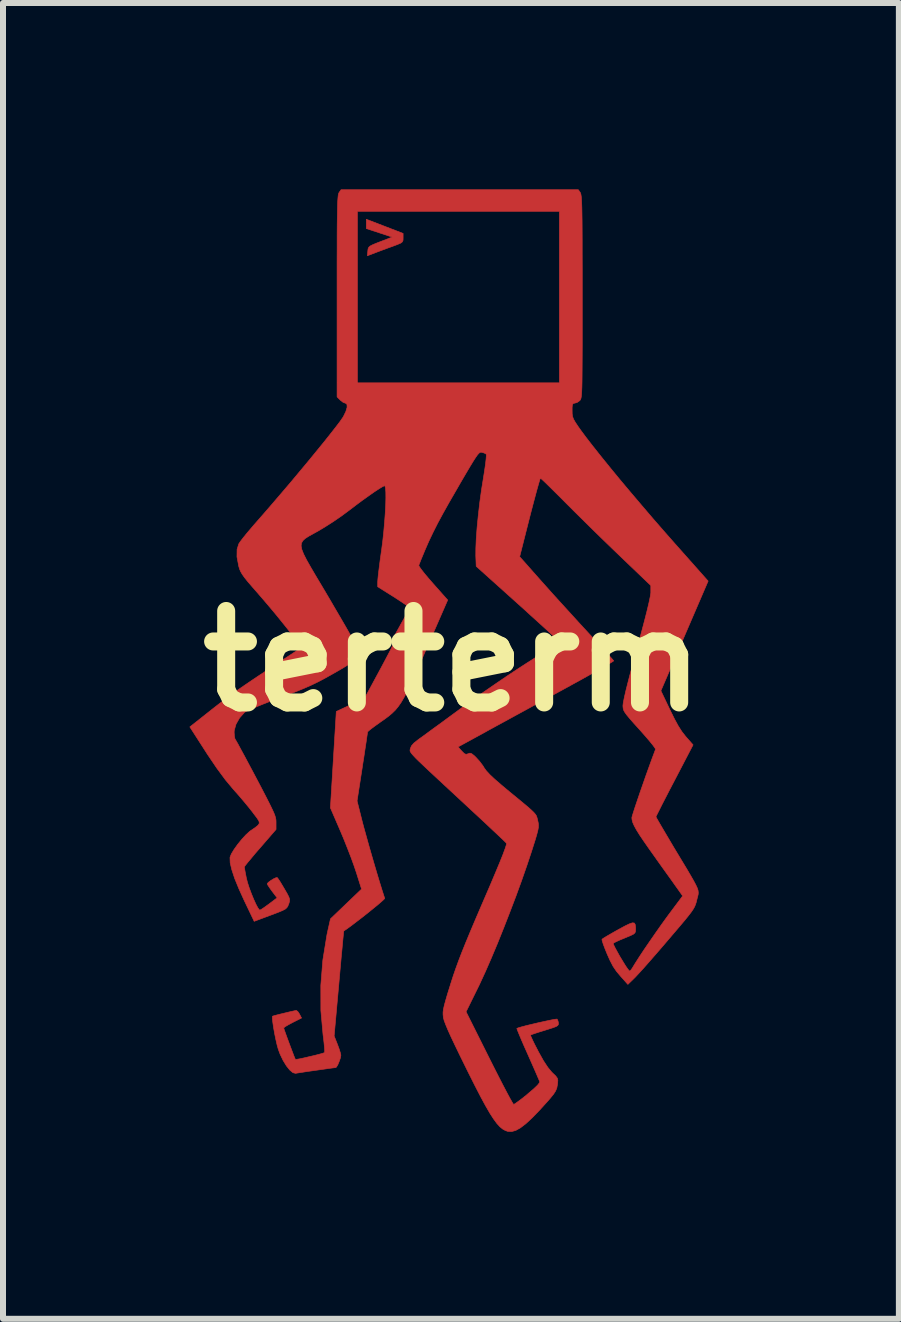
<source format=kicad_pcb>
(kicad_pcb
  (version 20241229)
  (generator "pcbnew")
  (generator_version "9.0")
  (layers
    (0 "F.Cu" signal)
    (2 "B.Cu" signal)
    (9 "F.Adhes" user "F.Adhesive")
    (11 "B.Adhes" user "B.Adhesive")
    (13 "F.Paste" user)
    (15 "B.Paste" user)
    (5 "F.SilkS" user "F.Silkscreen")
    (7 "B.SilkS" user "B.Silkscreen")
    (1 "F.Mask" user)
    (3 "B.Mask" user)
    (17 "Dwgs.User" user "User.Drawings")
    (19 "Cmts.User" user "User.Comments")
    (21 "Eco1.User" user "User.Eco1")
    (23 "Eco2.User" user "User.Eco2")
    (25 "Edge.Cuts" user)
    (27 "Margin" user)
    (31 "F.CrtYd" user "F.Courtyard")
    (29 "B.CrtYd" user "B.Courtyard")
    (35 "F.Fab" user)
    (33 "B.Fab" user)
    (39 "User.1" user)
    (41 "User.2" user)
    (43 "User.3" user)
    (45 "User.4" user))
  (footprint "terterm"
    (layer "F.Cu")
    (at 4.492 7.964)
    (property "Reference" "terterm" (at 0 0 0) (layer "F.SilkS") (effects (font (size 1.524 1.524) (thickness 0.3))))
    (attr through_hole)
    (fp_poly (pts (xy -1.132 -7.243) (xy -0.826 -7.125) (xy -0.826 -7.05) (xy -0.827 -7.011) (xy -0.838 -6.985) (xy -0.865 -6.964) (xy -0.918 -6.941) (xy -0.979 -6.918) (xy -1.081 -6.881) (xy -1.192 -6.84) (xy -1.277 -6.808) (xy -1.421 -6.753) (xy -1.414 -6.832) (xy -1.41 -6.867) (xy -1.399 -6.893) (xy -1.375 -6.915) (xy -1.33 -6.938) (xy -1.257 -6.968) (xy -1.207 -6.987) (xy -1.007 -7.064) (xy -1.439 -7.206) (xy -1.439 -7.361) (xy -1.132 -7.243)) (stroke (width 0.01) (type solid)) (fill yes) (layer "F.Cu"))
    (fp_poly (pts (xy 2.126 -7.806) (xy 2.132 -7.794) (xy 2.137 -7.773) (xy 2.142 -7.742) (xy 2.146 -7.698) (xy 2.149 -7.638) (xy 2.152 -7.558) (xy 2.154 -7.458) (xy 2.156 -7.332) (xy 2.157 -7.18) (xy 2.158 -6.997) (xy 2.158 -6.782) (xy 2.159 -6.532) (xy 2.159 -6.244) (xy 2.159 -6.07) (xy 2.159 -5.763) (xy 2.159 -5.496) (xy 2.159 -5.265) (xy 2.158 -5.069) (xy 2.157 -4.903) (xy 2.156 -4.766) (xy 2.155 -4.654) (xy 2.153 -4.565) (xy 2.15 -4.496) (xy 2.147 -4.443) (xy 2.143 -4.406) (xy 2.138 -4.379) (xy 2.132 -4.362) (xy 2.126 -4.35) (xy 2.118 -4.341) (xy 2.117 -4.339) (xy 2.071 -4.307) (xy 2.032 -4.297) (xy 2.008 -4.292) (xy 1.995 -4.271) (xy 1.99 -4.225) (xy 1.99 -4.173) (xy 1.991 -4.118) (xy 1.998 -4.073) (xy 2.014 -4.03) (xy 2.044 -3.977) (xy 2.092 -3.905) (xy 2.131 -3.85) (xy 2.219 -3.731) (xy 2.332 -3.585) (xy 2.467 -3.415) (xy 2.619 -3.227) (xy 2.785 -3.025) (xy 2.963 -2.813) (xy 3.148 -2.595) (xy 3.336 -2.375) (xy 3.525 -2.158) (xy 3.678 -1.984) (xy 4.256 -1.333) (xy 3.469 0.495) (xy 3.62 0.812) (xy 3.694 0.962) (xy 3.758 1.08) (xy 3.818 1.174) (xy 3.878 1.251) (xy 3.888 1.263) (xy 4.005 1.396) (xy 3.696 1.989) (xy 3.62 2.134) (xy 3.551 2.268) (xy 3.491 2.384) (xy 3.443 2.48) (xy 3.408 2.549) (xy 3.389 2.588) (xy 3.387 2.595) (xy 3.397 2.615) (xy 3.427 2.668) (xy 3.473 2.747) (xy 3.533 2.849) (xy 3.604 2.969) (xy 3.683 3.103) (xy 3.712 3.151) (xy 3.815 3.322) (xy 3.899 3.461) (xy 3.964 3.572) (xy 4.014 3.659) (xy 4.05 3.727) (xy 4.074 3.778) (xy 4.088 3.819) (xy 4.092 3.853) (xy 4.091 3.883) (xy 4.084 3.915) (xy 4.074 3.953) (xy 4.068 3.976) (xy 4.058 4.018) (xy 4.046 4.055) (xy 4.031 4.092) (xy 4.009 4.131) (xy 3.977 4.179) (xy 3.931 4.239) (xy 3.87 4.315) (xy 3.789 4.411) (xy 3.686 4.532) (xy 3.594 4.64) (xy 3.481 4.772) (xy 3.371 4.899) (xy 3.268 5.017) (xy 3.178 5.119) (xy 3.104 5.2) (xy 3.051 5.257) (xy 3.038 5.271) (xy 2.919 5.387) (xy 2.796 5.249) (xy 2.728 5.168) (xy 2.672 5.085) (xy 2.62 4.985) (xy 2.574 4.882) (xy 2.537 4.791) (xy 2.508 4.714) (xy 2.491 4.659) (xy 2.487 4.636) (xy 2.508 4.62) (xy 2.56 4.588) (xy 2.634 4.545) (xy 2.725 4.493) (xy 2.754 4.477) (xy 2.864 4.417) (xy 2.942 4.379) (xy 2.994 4.361) (xy 3.026 4.364) (xy 3.041 4.388) (xy 3.047 4.432) (xy 3.048 4.467) (xy 3.046 4.502) (xy 3.037 4.528) (xy 3.013 4.549) (xy 2.965 4.573) (xy 2.888 4.605) (xy 2.867 4.614) (xy 2.786 4.647) (xy 2.721 4.677) (xy 2.682 4.697) (xy 2.675 4.703) (xy 2.681 4.726) (xy 2.706 4.777) (xy 2.743 4.845) (xy 2.787 4.924) (xy 2.835 5.003) (xy 2.879 5.075) (xy 2.917 5.13) (xy 2.942 5.161) (xy 2.947 5.165) (xy 2.969 5.148) (xy 2.99 5.119) (xy 3.04 5.037) (xy 3.109 4.929) (xy 3.193 4.802) (xy 3.287 4.665) (xy 3.384 4.525) (xy 3.479 4.39) (xy 3.567 4.268) (xy 3.606 4.215) (xy 3.832 3.913) (xy 3.784 3.845) (xy 3.76 3.811) (xy 3.714 3.747) (xy 3.652 3.659) (xy 3.575 3.552) (xy 3.489 3.432) (xy 3.397 3.303) (xy 3.389 3.291) (xy 3.275 3.131) (xy 3.184 3) (xy 3.113 2.895) (xy 3.061 2.811) (xy 3.025 2.745) (xy 3.001 2.691) (xy 2.989 2.647) (xy 2.985 2.61) (xy 2.992 2.581) (xy 3.011 2.519) (xy 3.04 2.429) (xy 3.078 2.317) (xy 3.121 2.19) (xy 3.169 2.053) (xy 3.218 1.912) (xy 3.268 1.773) (xy 3.315 1.643) (xy 3.358 1.528) (xy 3.38 1.469) (xy 3.369 1.447) (xy 3.334 1.399) (xy 3.278 1.33) (xy 3.206 1.246) (xy 3.122 1.151) (xy 3.113 1.141) (xy 3.018 1.036) (xy 2.948 0.956) (xy 2.899 0.897) (xy 2.867 0.852) (xy 2.848 0.817) (xy 2.84 0.786) (xy 2.837 0.754) (xy 2.837 0.738) (xy 2.843 0.69) (xy 2.86 0.605) (xy 2.888 0.483) (xy 2.927 0.329) (xy 2.975 0.144) (xy 3.033 -0.069) (xy 3.069 -0.202) (xy 3.138 -0.453) (xy 3.194 -0.664) (xy 3.238 -0.837) (xy 3.27 -0.972) (xy 3.291 -1.072) (xy 3.301 -1.136) (xy 3.301 -1.152) (xy 3.301 -1.259) (xy 2.814 -1.725) (xy 2.666 -1.867) (xy 2.502 -2.026) (xy 2.333 -2.191) (xy 2.168 -2.354) (xy 2.015 -2.505) (xy 1.901 -2.619) (xy 1.791 -2.73) (xy 1.691 -2.829) (xy 1.604 -2.915) (xy 1.535 -2.982) (xy 1.486 -3.028) (xy 1.463 -3.047) (xy 1.462 -3.048) (xy 1.454 -3.028) (xy 1.437 -2.972) (xy 1.412 -2.885) (xy 1.381 -2.771) (xy 1.345 -2.636) (xy 1.305 -2.484) (xy 1.282 -2.394) (xy 1.116 -1.739) (xy 1.45 -1.362) (xy 1.557 -1.242) (xy 1.684 -1.1) (xy 1.825 -0.945) (xy 1.97 -0.786) (xy 2.112 -0.63) (xy 2.231 -0.501) (xy 2.341 -0.382) (xy 2.442 -0.272) (xy 2.53 -0.176) (xy 2.601 -0.097) (xy 2.652 -0.041) (xy 2.679 -0.009) (xy 2.683 -0.004) (xy 2.666 0.009) (xy 2.615 0.04) (xy 2.535 0.087) (xy 2.428 0.147) (xy 2.299 0.22) (xy 2.151 0.303) (xy 1.987 0.393) (xy 1.836 0.476) (xy 1.641 0.582) (xy 1.439 0.692) (xy 1.239 0.802) (xy 1.046 0.907) (xy 0.867 1.005) (xy 0.709 1.091) (xy 0.579 1.162) (xy 0.537 1.186) (xy 0.09 1.43) (xy 0.151 1.499) (xy 0.193 1.541) (xy 0.223 1.554) (xy 0.255 1.545) (xy 0.257 1.544) (xy 0.287 1.534) (xy 0.317 1.543) (xy 0.36 1.577) (xy 0.385 1.601) (xy 0.448 1.67) (xy 0.507 1.749) (xy 0.526 1.781) (xy 0.561 1.829) (xy 0.618 1.891) (xy 0.7 1.968) (xy 0.811 2.064) (xy 0.94 2.172) (xy 1.073 2.281) (xy 1.177 2.367) (xy 1.256 2.433) (xy 1.313 2.484) (xy 1.353 2.523) (xy 1.379 2.553) (xy 1.396 2.58) (xy 1.405 2.607) (xy 1.413 2.637) (xy 1.418 2.66) (xy 1.426 2.698) (xy 1.429 2.733) (xy 1.428 2.772) (xy 1.419 2.821) (xy 1.402 2.887) (xy 1.376 2.976) (xy 1.338 3.096) (xy 1.312 3.178) (xy 1.237 3.403) (xy 1.151 3.65) (xy 1.056 3.911) (xy 0.954 4.179) (xy 0.85 4.446) (xy 0.746 4.705) (xy 0.644 4.948) (xy 0.548 5.168) (xy 0.461 5.357) (xy 0.439 5.404) (xy 0.223 5.843) (xy 0.609 6.615) (xy 0.693 6.782) (xy 0.772 6.937) (xy 0.843 7.075) (xy 0.905 7.193) (xy 0.955 7.286) (xy 0.992 7.351) (xy 1.013 7.384) (xy 1.016 7.387) (xy 1.04 7.374) (xy 1.089 7.339) (xy 1.157 7.288) (xy 1.237 7.224) (xy 1.249 7.213) (xy 1.348 7.129) (xy 1.413 7.067) (xy 1.446 7.025) (xy 1.45 7.006) (xy 1.438 6.978) (xy 1.412 6.917) (xy 1.374 6.829) (xy 1.327 6.722) (xy 1.273 6.6) (xy 1.251 6.55) (xy 1.196 6.427) (xy 1.148 6.317) (xy 1.11 6.226) (xy 1.083 6.16) (xy 1.07 6.125) (xy 1.069 6.12) (xy 1.095 6.11) (xy 1.152 6.093) (xy 1.232 6.072) (xy 1.328 6.049) (xy 1.43 6.025) (xy 1.53 6.003) (xy 1.619 5.984) (xy 1.689 5.97) (xy 1.732 5.965) (xy 1.74 5.965) (xy 1.755 5.996) (xy 1.762 6.031) (xy 1.761 6.054) (xy 1.75 6.072) (xy 1.721 6.09) (xy 1.667 6.11) (xy 1.582 6.137) (xy 1.538 6.151) (xy 1.446 6.179) (xy 1.369 6.204) (xy 1.317 6.222) (xy 1.298 6.23) (xy 1.303 6.252) (xy 1.326 6.304) (xy 1.362 6.379) (xy 1.409 6.47) (xy 1.429 6.509) (xy 1.512 6.658) (xy 1.585 6.769) (xy 1.649 6.847) (xy 1.666 6.864) (xy 1.717 6.913) (xy 1.744 6.95) (xy 1.752 6.987) (xy 1.747 7.042) (xy 1.745 7.058) (xy 1.735 7.113) (xy 1.715 7.162) (xy 1.682 7.214) (xy 1.627 7.282) (xy 1.591 7.324) (xy 1.446 7.484) (xy 1.323 7.611) (xy 1.218 7.708) (xy 1.128 7.777) (xy 1.051 7.82) (xy 0.982 7.839) (xy 0.919 7.836) (xy 0.878 7.822) (xy 0.833 7.797) (xy 0.786 7.758) (xy 0.736 7.703) (xy 0.681 7.628) (xy 0.619 7.532) (xy 0.548 7.409) (xy 0.466 7.258) (xy 0.372 7.076) (xy 0.263 6.859) (xy 0.224 6.78) (xy 0.122 6.573) (xy 0.039 6.401) (xy -0.028 6.26) (xy -0.079 6.147) (xy -0.116 6.058) (xy -0.141 5.992) (xy -0.154 5.944) (xy -0.156 5.929) (xy -0.16 5.889) (xy -0.16 5.847) (xy -0.153 5.797) (xy -0.139 5.734) (xy -0.116 5.65) (xy -0.084 5.54) (xy -0.039 5.397) (xy -0.033 5.377) (xy 0.007 5.252) (xy 0.05 5.127) (xy 0.098 4.995) (xy 0.153 4.852) (xy 0.217 4.693) (xy 0.292 4.512) (xy 0.38 4.304) (xy 0.483 4.064) (xy 0.511 3.999) (xy 0.619 3.749) (xy 0.709 3.536) (xy 0.782 3.361) (xy 0.837 3.224) (xy 0.874 3.124) (xy 0.894 3.062) (xy 0.897 3.036) (xy 0.878 3.016) (xy 0.831 2.97) (xy 0.76 2.903) (xy 0.667 2.816) (xy 0.557 2.712) (xy 0.432 2.596) (xy 0.296 2.47) (xy 0.222 2.401) (xy 0.028 2.221) (xy -0.138 2.067) (xy -0.277 1.938) (xy -0.392 1.831) (xy -0.485 1.743) (xy -0.559 1.673) (xy -0.615 1.618) (xy -0.655 1.575) (xy -0.683 1.543) (xy -0.7 1.519) (xy -0.709 1.502) (xy -0.711 1.487) (xy -0.709 1.475) (xy -0.706 1.461) (xy -0.705 1.457) (xy -0.687 1.413) (xy -0.647 1.367) (xy -0.578 1.312) (xy -0.554 1.294) (xy -0.503 1.258) (xy -0.424 1.2) (xy -0.321 1.124) (xy -0.199 1.036) (xy -0.065 0.937) (xy 0.077 0.833) (xy 0.158 0.773) (xy 0.327 0.65) (xy 0.515 0.517) (xy 0.711 0.382) (xy 0.905 0.25) (xy 1.086 0.13) (xy 1.245 0.027) (xy 1.255 0.021) (xy 1.387 -0.063) (xy 1.507 -0.14) (xy 1.609 -0.208) (xy 1.69 -0.264) (xy 1.745 -0.303) (xy 1.77 -0.324) (xy 1.77 -0.327) (xy 1.754 -0.344) (xy 1.709 -0.388) (xy 1.639 -0.453) (xy 1.548 -0.537) (xy 1.437 -0.638) (xy 1.311 -0.752) (xy 1.174 -0.877) (xy 1.078 -0.963) (xy 0.392 -1.579) (xy 0.385 -1.755) (xy 0.386 -1.882) (xy 0.393 -2.043) (xy 0.407 -2.229) (xy 0.427 -2.431) (xy 0.451 -2.641) (xy 0.48 -2.851) (xy 0.511 -3.044) (xy 0.531 -3.171) (xy 0.547 -3.282) (xy 0.557 -3.369) (xy 0.561 -3.427) (xy 0.558 -3.449) (xy 0.525 -3.466) (xy 0.486 -3.478) (xy 0.471 -3.48) (xy 0.455 -3.476) (xy 0.437 -3.462) (xy 0.413 -3.435) (xy 0.382 -3.391) (xy 0.341 -3.327) (xy 0.288 -3.24) (xy 0.22 -3.125) (xy 0.135 -2.98) (xy 0.061 -2.851) (xy -0.061 -2.64) (xy -0.164 -2.456) (xy -0.252 -2.293) (xy -0.328 -2.142) (xy -0.397 -1.997) (xy -0.462 -1.848) (xy -0.528 -1.689) (xy -0.565 -1.595) (xy -0.555 -1.572) (xy -0.52 -1.523) (xy -0.466 -1.454) (xy -0.396 -1.371) (xy -0.329 -1.294) (xy -0.083 -1.017) (xy -0.449 -0.179) (xy -0.544 0.039) (xy -0.626 0.223) (xy -0.695 0.375) (xy -0.756 0.501) (xy -0.809 0.604) (xy -0.859 0.689) (xy -0.907 0.758) (xy -0.955 0.816) (xy -1.008 0.868) (xy -1.066 0.917) (xy -1.133 0.967) (xy -1.212 1.022) (xy -1.218 1.027) (xy -1.297 1.083) (xy -1.361 1.131) (xy -1.404 1.166) (xy -1.418 1.181) (xy -1.421 1.205) (xy -1.43 1.265) (xy -1.443 1.356) (xy -1.461 1.473) (xy -1.481 1.608) (xy -1.505 1.758) (xy -1.505 1.763) (xy -1.593 2.33) (xy -1.504 2.684) (xy -1.477 2.785) (xy -1.441 2.914) (xy -1.4 3.062) (xy -1.354 3.222) (xy -1.307 3.384) (xy -1.26 3.543) (xy -1.216 3.689) (xy -1.177 3.815) (xy -1.146 3.912) (xy -1.132 3.953) (xy -1.146 3.971) (xy -1.188 4.009) (xy -1.252 4.064) (xy -1.332 4.129) (xy -1.422 4.202) (xy -1.517 4.277) (xy -1.61 4.348) (xy -1.695 4.413) (xy -1.767 4.465) (xy -1.814 4.497) (xy -1.817 4.517) (xy -1.823 4.576) (xy -1.832 4.668) (xy -1.843 4.789) (xy -1.857 4.935) (xy -1.872 5.101) (xy -1.888 5.282) (xy -1.896 5.372) (xy -1.975 6.246) (xy -1.919 6.388) (xy -1.891 6.464) (xy -1.871 6.528) (xy -1.863 6.566) (xy -1.863 6.567) (xy -1.87 6.61) (xy -1.889 6.666) (xy -1.912 6.722) (xy -1.935 6.762) (xy -1.948 6.773) (xy -1.976 6.776) (xy -2.038 6.784) (xy -2.122 6.796) (xy -2.222 6.81) (xy -2.327 6.825) (xy -2.428 6.839) (xy -2.516 6.853) (xy -2.583 6.863) (xy -2.618 6.869) (xy -2.661 6.858) (xy -2.714 6.814) (xy -2.77 6.744) (xy -2.825 6.654) (xy -2.875 6.55) (xy -2.906 6.466) (xy -2.926 6.395) (xy -2.946 6.307) (xy -2.966 6.21) (xy -2.983 6.114) (xy -2.996 6.027) (xy -3.004 5.96) (xy -3.004 5.922) (xy -3.001 5.917) (xy -2.978 5.909) (xy -2.925 5.895) (xy -2.853 5.877) (xy -2.774 5.858) (xy -2.699 5.84) (xy -2.64 5.827) (xy -2.607 5.821) (xy -2.605 5.821) (xy -2.581 5.838) (xy -2.553 5.879) (xy -2.551 5.884) (xy -2.518 5.947) (xy -2.667 6.022) (xy -2.736 6.059) (xy -2.789 6.09) (xy -2.814 6.11) (xy -2.815 6.112) (xy -2.808 6.137) (xy -2.789 6.191) (xy -2.762 6.266) (xy -2.73 6.353) (xy -2.697 6.441) (xy -2.666 6.523) (xy -2.641 6.589) (xy -2.624 6.629) (xy -2.62 6.637) (xy -2.598 6.635) (xy -2.544 6.626) (xy -2.47 6.61) (xy -2.385 6.59) (xy -2.299 6.57) (xy -2.222 6.55) (xy -2.164 6.534) (xy -2.136 6.523) (xy -2.135 6.522) (xy -2.132 6.497) (xy -2.136 6.439) (xy -2.144 6.355) (xy -2.156 6.253) (xy -2.16 6.223) (xy -2.196 5.821) (xy -2.197 5.404) (xy -2.163 4.981) (xy -2.095 4.561) (xy -2.077 4.477) (xy -2.036 4.295) (xy -1.777 4.047) (xy -1.518 3.799) (xy -1.606 3.52) (xy -1.644 3.408) (xy -1.694 3.27) (xy -1.753 3.118) (xy -1.814 2.965) (xy -1.865 2.843) (xy -2.037 2.445) (xy -1.988 1.642) (xy -1.939 0.84) (xy -1.467 0.619) (xy -1.191 0.108) (xy -1.107 -0.05) (xy -1.038 -0.181) (xy -0.988 -0.284) (xy -0.955 -0.356) (xy -0.942 -0.395) (xy -0.944 -0.402) (xy -0.971 -0.407) (xy -0.974 -0.411) (xy -0.964 -0.432) (xy -0.937 -0.482) (xy -0.897 -0.554) (xy -0.849 -0.641) (xy -0.847 -0.644) (xy -0.798 -0.732) (xy -0.757 -0.807) (xy -0.73 -0.861) (xy -0.72 -0.886) (xy -0.72 -0.886) (xy -0.737 -0.904) (xy -0.783 -0.939) (xy -0.854 -0.987) (xy -0.941 -1.044) (xy -0.984 -1.072) (xy -1.249 -1.238) (xy -1.249 -1.321) (xy -1.246 -1.366) (xy -1.238 -1.446) (xy -1.225 -1.552) (xy -1.209 -1.677) (xy -1.19 -1.813) (xy -1.186 -1.839) (xy -1.166 -1.992) (xy -1.149 -2.15) (xy -1.135 -2.307) (xy -1.124 -2.457) (xy -1.116 -2.596) (xy -1.113 -2.717) (xy -1.114 -2.814) (xy -1.119 -2.883) (xy -1.129 -2.918) (xy -1.134 -2.921) (xy -1.163 -2.909) (xy -1.221 -2.874) (xy -1.301 -2.822) (xy -1.398 -2.754) (xy -1.506 -2.677) (xy -1.62 -2.592) (xy -1.734 -2.505) (xy -1.745 -2.497) (xy -1.857 -2.414) (xy -1.99 -2.323) (xy -2.126 -2.236) (xy -2.241 -2.167) (xy -2.328 -2.119) (xy -2.4 -2.079) (xy -2.456 -2.043) (xy -2.496 -2.006) (xy -2.519 -1.966) (xy -2.525 -1.918) (xy -2.513 -1.858) (xy -2.483 -1.782) (xy -2.435 -1.687) (xy -2.367 -1.567) (xy -2.281 -1.42) (xy -2.174 -1.241) (xy -2.13 -1.167) (xy -2.034 -1.004) (xy -1.942 -0.846) (xy -1.856 -0.699) (xy -1.78 -0.568) (xy -1.717 -0.457) (xy -1.67 -0.372) (xy -1.641 -0.318) (xy -1.64 -0.317) (xy -1.565 -0.168) (xy -1.621 -0.068) (xy -1.644 -0.031) (xy -1.671 0.002) (xy -1.707 0.035) (xy -1.758 0.072) (xy -1.831 0.117) (xy -1.931 0.175) (xy -2.019 0.225) (xy -2.139 0.292) (xy -2.25 0.35) (xy -2.36 0.403) (xy -2.478 0.455) (xy -2.613 0.51) (xy -2.774 0.571) (xy -2.889 0.614) (xy -3.033 0.668) (xy -3.166 0.72) (xy -3.281 0.767) (xy -3.374 0.807) (xy -3.438 0.837) (xy -3.467 0.854) (xy -3.551 0.948) (xy -3.61 1.052) (xy -3.639 1.155) (xy -3.641 1.185) (xy -3.637 1.248) (xy -3.628 1.293) (xy -3.623 1.303) (xy -3.609 1.326) (xy -3.577 1.382) (xy -3.532 1.466) (xy -3.473 1.574) (xy -3.405 1.702) (xy -3.329 1.844) (xy -3.273 1.95) (xy -3.183 2.121) (xy -3.111 2.26) (xy -3.055 2.37) (xy -3.013 2.456) (xy -2.982 2.522) (xy -2.962 2.573) (xy -2.95 2.614) (xy -2.944 2.649) (xy -2.943 2.681) (xy -2.943 2.691) (xy -2.943 2.805) (xy -3.207 3.11) (xy -3.29 3.205) (xy -3.361 3.291) (xy -3.419 3.36) (xy -3.457 3.408) (xy -3.471 3.43) (xy -3.471 3.43) (xy -3.467 3.457) (xy -3.457 3.514) (xy -3.442 3.591) (xy -3.438 3.612) (xy -3.419 3.688) (xy -3.39 3.778) (xy -3.354 3.874) (xy -3.316 3.967) (xy -3.279 4.049) (xy -3.246 4.111) (xy -3.221 4.145) (xy -3.213 4.149) (xy -3.188 4.137) (xy -3.14 4.105) (xy -3.077 4.059) (xy -3.06 4.047) (xy -2.925 3.945) (xy -3.008 3.836) (xy -3.05 3.778) (xy -3.08 3.732) (xy -3.09 3.711) (xy -3.073 3.688) (xy -3.033 3.658) (xy -2.985 3.628) (xy -2.943 3.609) (xy -2.923 3.607) (xy -2.906 3.629) (xy -2.873 3.679) (xy -2.831 3.749) (xy -2.805 3.793) (xy -2.758 3.874) (xy -2.73 3.929) (xy -2.717 3.968) (xy -2.718 4.001) (xy -2.728 4.037) (xy -2.733 4.05) (xy -2.746 4.083) (xy -2.763 4.109) (xy -2.789 4.132) (xy -2.833 4.155) (xy -2.902 4.184) (xy -3.001 4.222) (xy -3.034 4.234) (xy -3.307 4.336) (xy -3.473 3.989) (xy -3.562 3.793) (xy -3.632 3.622) (xy -3.68 3.476) (xy -3.707 3.361) (xy -3.71 3.277) (xy -3.709 3.267) (xy -3.687 3.212) (xy -3.642 3.138) (xy -3.582 3.054) (xy -3.513 2.969) (xy -3.444 2.894) (xy -3.382 2.837) (xy -3.368 2.827) (xy -3.289 2.773) (xy -3.241 2.734) (xy -3.221 2.701) (xy -3.229 2.663) (xy -3.263 2.611) (xy -3.322 2.534) (xy -3.325 2.529) (xy -3.39 2.446) (xy -3.473 2.345) (xy -3.564 2.238) (xy -3.652 2.139) (xy -3.653 2.138) (xy -3.785 1.98) (xy -3.929 1.785) (xy -4.086 1.553) (xy -4.116 1.506) (xy -4.379 1.097) (xy -4.174 0.935) (xy -4.014 0.808) (xy -3.877 0.701) (xy -3.754 0.608) (xy -3.638 0.523) (xy -3.519 0.439) (xy -3.39 0.351) (xy -3.243 0.252) (xy -3.068 0.136) (xy -3.066 0.135) (xy -2.931 0.047) (xy -2.809 -0.034) (xy -2.703 -0.104) (xy -2.617 -0.161) (xy -2.556 -0.201) (xy -2.525 -0.222) (xy -2.522 -0.224) (xy -2.53 -0.244) (xy -2.562 -0.291) (xy -2.614 -0.361) (xy -2.683 -0.449) (xy -2.764 -0.552) (xy -2.854 -0.664) (xy -2.949 -0.781) (xy -3.046 -0.897) (xy -3.142 -1.01) (xy -3.231 -1.113) (xy -3.241 -1.125) (xy -3.34 -1.238) (xy -3.415 -1.325) (xy -3.469 -1.393) (xy -3.507 -1.447) (xy -3.533 -1.492) (xy -3.551 -1.534) (xy -3.564 -1.579) (xy -3.565 -1.583) (xy -3.594 -1.737) (xy -3.592 -1.862) (xy -3.563 -1.954) (xy -3.537 -1.993) (xy -3.488 -2.057) (xy -3.423 -2.137) (xy -3.348 -2.225) (xy -3.314 -2.265) (xy -3.165 -2.435) (xy -3.011 -2.613) (xy -2.855 -2.795) (xy -2.699 -2.978) (xy -2.548 -3.159) (xy -2.402 -3.334) (xy -2.267 -3.499) (xy -2.143 -3.651) (xy -2.035 -3.787) (xy -1.945 -3.902) (xy -1.875 -3.994) (xy -1.83 -4.059) (xy -1.819 -4.077) (xy -1.779 -4.16) (xy -1.759 -4.228) (xy -1.761 -4.276) (xy -1.785 -4.297) (xy -1.79 -4.297) (xy -1.826 -4.311) (xy -1.87 -4.345) (xy -1.874 -4.349) (xy -1.926 -4.401) (xy -1.926 -6.08) (xy -1.926 -6.389) (xy -1.926 -6.659) (xy -1.925 -6.892) (xy -1.925 -7.091) (xy -1.924 -7.258) (xy -1.922 -7.397) (xy -1.92 -7.493) (xy -1.587 -7.493) (xy -1.587 -4.636) (xy 1.778 -4.636) (xy 1.778 -7.493) (xy -1.587 -7.493) (xy -1.92 -7.493) (xy -1.92 -7.51) (xy -1.918 -7.6) (xy -1.915 -7.67) (xy -1.911 -7.722) (xy -1.907 -7.759) (xy -1.902 -7.784) (xy -1.896 -7.8) (xy -1.893 -7.806) (xy -1.86 -7.853) (xy 2.093 -7.853) (xy 2.126 -7.806)) (stroke (width 0.01) (type solid)) (fill yes) (layer "F.Cu"))
    (fp_poly (pts (xy 2.232 -7.912) (xy 2.238 -7.9) (xy 2.243 -7.88) (xy 2.247 -7.85) (xy 2.251 -7.806) (xy 2.254 -7.747) (xy 2.257 -7.669) (xy 2.259 -7.571) (xy 2.261 -7.448) (xy 2.262 -7.299) (xy 2.263 -7.121) (xy 2.264 -6.911) (xy 2.265 -6.667) (xy 2.265 -6.386) (xy 2.265 -6.07) (xy 2.265 -5.753) (xy 2.265 -5.476) (xy 2.264 -5.235) (xy 2.264 -5.029) (xy 2.263 -4.854) (xy 2.262 -4.708) (xy 2.261 -4.588) (xy 2.259 -4.492) (xy 2.257 -4.415) (xy 2.254 -4.357) (xy 2.25 -4.314) (xy 2.246 -4.283) (xy 2.241 -4.262) (xy 2.235 -4.249) (xy 2.228 -4.239) (xy 2.223 -4.233) (xy 2.176 -4.202) (xy 2.138 -4.191) (xy 2.103 -4.184) (xy 2.095 -4.173) (xy 2.109 -4.14) (xy 2.148 -4.077) (xy 2.211 -3.989) (xy 2.294 -3.877) (xy 2.397 -3.744) (xy 2.515 -3.594) (xy 2.648 -3.429) (xy 2.793 -3.251) (xy 2.948 -3.064) (xy 3.11 -2.871) (xy 3.277 -2.674) (xy 3.447 -2.476) (xy 3.617 -2.28) (xy 3.783 -2.091) (xy 4.36 -1.44) (xy 4.36 -1.332) (xy 4.358 -1.301) (xy 4.352 -1.264) (xy 4.339 -1.217) (xy 4.319 -1.156) (xy 4.29 -1.078) (xy 4.25 -0.978) (xy 4.199 -0.854) (xy 4.134 -0.701) (xy 4.055 -0.515) (xy 3.991 -0.368) (xy 3.623 0.487) (xy 3.749 0.755) (xy 3.83 0.915) (xy 3.906 1.042) (xy 3.981 1.143) (xy 3.991 1.154) (xy 4.048 1.221) (xy 4.083 1.269) (xy 4.1 1.312) (xy 4.106 1.36) (xy 4.106 1.397) (xy 4.105 1.433) (xy 4.099 1.47) (xy 4.087 1.512) (xy 4.067 1.566) (xy 4.036 1.635) (xy 3.991 1.726) (xy 3.932 1.842) (xy 3.856 1.989) (xy 3.831 2.038) (xy 3.76 2.175) (xy 3.695 2.301) (xy 3.64 2.41) (xy 3.597 2.497) (xy 3.568 2.557) (xy 3.556 2.586) (xy 3.556 2.587) (xy 3.566 2.61) (xy 3.596 2.664) (xy 3.642 2.745) (xy 3.701 2.847) (xy 3.771 2.965) (xy 3.848 3.095) (xy 3.85 3.098) (xy 3.929 3.231) (xy 4.004 3.356) (xy 4.069 3.466) (xy 4.122 3.557) (xy 4.159 3.622) (xy 4.178 3.655) (xy 4.204 3.744) (xy 4.208 3.863) (xy 4.192 4.003) (xy 4.173 4.09) (xy 4.162 4.133) (xy 4.149 4.172) (xy 4.131 4.21) (xy 4.104 4.254) (xy 4.066 4.308) (xy 4.014 4.375) (xy 3.943 4.462) (xy 3.85 4.571) (xy 3.747 4.693) (xy 3.637 4.823) (xy 3.526 4.95) (xy 3.422 5.07) (xy 3.328 5.176) (xy 3.251 5.262) (xy 3.198 5.318) (xy 3.041 5.482) (xy 2.802 5.482) (xy 2.684 5.349) (xy 2.602 5.242) (xy 2.527 5.116) (xy 2.462 4.981) (xy 2.412 4.848) (xy 2.392 4.767) (xy 2.862 4.767) (xy 2.897 4.828) (xy 2.924 4.87) (xy 2.943 4.889) (xy 2.944 4.889) (xy 2.962 4.873) (xy 2.995 4.831) (xy 3.033 4.775) (xy 3.109 4.661) (xy 2.986 4.714) (xy 2.862 4.767) (xy 2.392 4.767) (xy 2.382 4.727) (xy 2.375 4.637) (xy 2.381 4.52) (xy 2.635 4.378) (xy 2.741 4.319) (xy 2.818 4.279) (xy 2.878 4.254) (xy 2.927 4.241) (xy 2.975 4.235) (xy 3.009 4.234) (xy 3.075 4.236) (xy 3.117 4.246) (xy 3.141 4.274) (xy 3.151 4.326) (xy 3.155 4.411) (xy 3.155 4.441) (xy 3.156 4.516) (xy 3.159 4.554) (xy 3.167 4.561) (xy 3.183 4.544) (xy 3.192 4.53) (xy 3.217 4.495) (xy 3.261 4.434) (xy 3.321 4.353) (xy 3.39 4.259) (xy 3.434 4.199) (xy 3.503 4.105) (xy 3.563 4.023) (xy 3.608 3.959) (xy 3.635 3.919) (xy 3.641 3.908) (xy 3.629 3.889) (xy 3.595 3.839) (xy 3.543 3.764) (xy 3.476 3.668) (xy 3.396 3.555) (xy 3.307 3.43) (xy 3.287 3.403) (xy 3.195 3.273) (xy 3.109 3.15) (xy 3.035 3.04) (xy 2.974 2.948) (xy 2.931 2.88) (xy 2.909 2.839) (xy 2.907 2.836) (xy 2.894 2.777) (xy 2.883 2.694) (xy 2.88 2.61) (xy 2.88 2.558) (xy 2.885 2.508) (xy 2.894 2.454) (xy 2.911 2.389) (xy 2.936 2.307) (xy 2.972 2.201) (xy 3.021 2.065) (xy 3.048 1.988) (xy 3.096 1.855) (xy 3.138 1.734) (xy 3.173 1.632) (xy 3.199 1.554) (xy 3.214 1.506) (xy 3.216 1.495) (xy 3.202 1.472) (xy 3.164 1.424) (xy 3.107 1.356) (xy 3.034 1.274) (xy 2.973 1.206) (xy 2.732 0.942) (xy 2.731 0.738) (xy 2.731 0.686) (xy 2.733 0.637) (xy 2.738 0.587) (xy 2.746 0.532) (xy 2.759 0.466) (xy 2.777 0.384) (xy 2.803 0.283) (xy 2.836 0.158) (xy 2.877 0.004) (xy 2.929 -0.184) (xy 2.963 -0.306) (xy 3.195 -1.147) (xy 2.841 -1.488) (xy 2.73 -1.595) (xy 2.598 -1.724) (xy 2.451 -1.867) (xy 2.299 -2.017) (xy 2.148 -2.165) (xy 2.008 -2.303) (xy 2.006 -2.305) (xy 1.889 -2.42) (xy 1.782 -2.525) (xy 1.688 -2.616) (xy 1.611 -2.689) (xy 1.555 -2.741) (xy 1.523 -2.768) (xy 1.517 -2.772) (xy 1.509 -2.749) (xy 1.493 -2.692) (xy 1.47 -2.605) (xy 1.441 -2.494) (xy 1.407 -2.366) (xy 1.386 -2.28) (xy 1.263 -1.798) (xy 1.316 -1.74) (xy 1.345 -1.708) (xy 1.397 -1.65) (xy 1.468 -1.57) (xy 1.553 -1.475) (xy 1.646 -1.369) (xy 1.697 -1.312) (xy 1.81 -1.185) (xy 1.943 -1.038) (xy 2.086 -0.88) (xy 2.229 -0.724) (xy 2.362 -0.579) (xy 2.409 -0.529) (xy 2.793 -0.116) (xy 2.793 0) (xy 2.794 0.116) (xy 1.614 0.76) (xy 1.408 0.872) (xy 1.213 0.979) (xy 1.033 1.077) (xy 0.869 1.166) (xy 0.727 1.244) (xy 0.608 1.31) (xy 0.516 1.36) (xy 0.455 1.394) (xy 0.426 1.41) (xy 0.425 1.411) (xy 0.433 1.429) (xy 0.465 1.468) (xy 0.503 1.509) (xy 0.562 1.576) (xy 0.617 1.649) (xy 0.639 1.685) (xy 0.679 1.738) (xy 0.753 1.813) (xy 0.861 1.91) (xy 1.003 2.031) (xy 1.046 2.066) (xy 1.179 2.175) (xy 1.282 2.261) (xy 1.361 2.327) (xy 1.418 2.377) (xy 1.458 2.416) (xy 1.484 2.446) (xy 1.5 2.472) (xy 1.51 2.497) (xy 1.517 2.526) (xy 1.522 2.544) (xy 1.538 2.627) (xy 1.546 2.707) (xy 1.543 2.79) (xy 1.529 2.885) (xy 1.503 2.998) (xy 1.463 3.137) (xy 1.416 3.289) (xy 1.359 3.462) (xy 1.29 3.658) (xy 1.213 3.873) (xy 1.129 4.099) (xy 1.04 4.331) (xy 0.95 4.562) (xy 0.861 4.785) (xy 0.775 4.995) (xy 0.695 5.185) (xy 0.623 5.349) (xy 0.561 5.481) (xy 0.549 5.506) (xy 0.381 5.842) (xy 0.714 6.509) (xy 0.792 6.663) (xy 0.864 6.805) (xy 0.927 6.93) (xy 0.981 7.034) (xy 1.022 7.112) (xy 1.049 7.161) (xy 1.058 7.175) (xy 1.078 7.162) (xy 1.12 7.127) (xy 1.175 7.078) (xy 1.179 7.075) (xy 1.289 6.974) (xy 1.122 6.604) (xy 1.061 6.467) (xy 1.016 6.361) (xy 0.985 6.28) (xy 0.966 6.217) (xy 0.956 6.166) (xy 0.954 6.123) (xy 0.954 6.059) (xy 0.963 6.024) (xy 0.988 6.005) (xy 1.032 5.992) (xy 1.243 5.938) (xy 1.415 5.896) (xy 1.552 5.867) (xy 1.655 5.849) (xy 1.727 5.842) (xy 1.735 5.842) (xy 1.8 5.844) (xy 1.836 5.855) (xy 1.856 5.88) (xy 1.864 5.899) (xy 1.875 5.953) (xy 1.88 6.027) (xy 1.879 6.072) (xy 1.873 6.189) (xy 1.691 6.243) (xy 1.609 6.269) (xy 1.546 6.292) (xy 1.509 6.309) (xy 1.504 6.314) (xy 1.51 6.349) (xy 1.537 6.408) (xy 1.577 6.484) (xy 1.627 6.566) (xy 1.68 6.645) (xy 1.73 6.713) (xy 1.772 6.758) (xy 1.868 6.847) (xy 1.857 7.054) (xy 1.845 7.262) (xy 1.701 7.425) (xy 1.581 7.558) (xy 1.468 7.676) (xy 1.367 7.775) (xy 1.282 7.851) (xy 1.218 7.899) (xy 1.203 7.908) (xy 1.13 7.933) (xy 1.035 7.948) (xy 0.933 7.953) (xy 0.84 7.947) (xy 0.773 7.93) (xy 0.727 7.903) (xy 0.68 7.864) (xy 0.63 7.809) (xy 0.575 7.735) (xy 0.514 7.639) (xy 0.444 7.518) (xy 0.363 7.369) (xy 0.269 7.188) (xy 0.161 6.974) (xy 0.114 6.877) (xy -0.256 6.128) (xy -0.269 5.927) (xy -0.281 5.725) (xy -0.141 5.279) (xy -0.097 5.143) (xy -0.05 5.006) (xy 0.002 4.863) (xy 0.063 4.708) (xy 0.133 4.534) (xy 0.215 4.336) (xy 0.312 4.109) (xy 0.37 3.975) (xy 0.447 3.796) (xy 0.519 3.628) (xy 0.583 3.477) (xy 0.639 3.345) (xy 0.684 3.238) (xy 0.717 3.158) (xy 0.735 3.111) (xy 0.739 3.098) (xy 0.724 3.081) (xy 0.68 3.037) (xy 0.611 2.971) (xy 0.52 2.884) (xy 0.41 2.78) (xy 0.283 2.661) (xy 0.142 2.531) (xy -0.009 2.391) (xy -0.042 2.36) (xy -0.822 1.64) (xy -0.824 1.532) (xy -0.822 1.427) (xy -0.81 1.352) (xy -0.782 1.295) (xy -0.731 1.242) (xy -0.66 1.188) (xy -0.608 1.151) (xy -0.528 1.092) (xy -0.424 1.017) (xy -0.304 0.928) (xy -0.171 0.83) (xy -0.032 0.728) (xy 0.02 0.69) (xy 0.184 0.57) (xy 0.365 0.441) (xy 0.555 0.309) (xy 0.741 0.182) (xy 0.913 0.066) (xy 1.048 -0.021) (xy 1.175 -0.103) (xy 1.289 -0.178) (xy 1.386 -0.244) (xy 1.46 -0.296) (xy 1.508 -0.333) (xy 1.524 -0.35) (xy 1.524 -0.351) (xy 1.507 -0.369) (xy 1.461 -0.412) (xy 1.391 -0.477) (xy 1.299 -0.561) (xy 1.19 -0.66) (xy 1.067 -0.772) (xy 0.932 -0.892) (xy 0.9 -0.922) (xy 0.286 -1.473) (xy 0.279 -1.747) (xy 0.28 -1.888) (xy 0.285 -2.057) (xy 0.296 -2.242) (xy 0.31 -2.432) (xy 0.327 -2.616) (xy 0.346 -2.784) (xy 0.366 -2.922) (xy 0.371 -2.951) (xy 0.385 -3.029) (xy 0.394 -3.09) (xy 0.396 -3.122) (xy 0.396 -3.125) (xy 0.382 -3.112) (xy 0.351 -3.066) (xy 0.306 -2.993) (xy 0.25 -2.897) (xy 0.185 -2.785) (xy 0.115 -2.66) (xy 0.041 -2.528) (xy -0.032 -2.394) (xy -0.103 -2.263) (xy -0.168 -2.14) (xy -0.225 -2.03) (xy -0.27 -1.938) (xy -0.302 -1.869) (xy -0.307 -1.857) (xy -0.409 -1.607) (xy -0.357 -1.55) (xy -0.321 -1.511) (xy -0.266 -1.449) (xy -0.199 -1.374) (xy -0.142 -1.31) (xy -0.09 -1.253) (xy -0.048 -1.204) (xy -0.015 -1.158) (xy 0.008 -1.113) (xy 0.02 -1.064) (xy 0.02 -1.007) (xy 0.009 -0.938) (xy -0.015 -0.853) (xy -0.053 -0.749) (xy -0.104 -0.622) (xy -0.171 -0.467) (xy -0.252 -0.281) (xy -0.346 -0.066) (xy -0.442 0.152) (xy -0.523 0.334) (xy -0.593 0.487) (xy -0.653 0.612) (xy -0.707 0.714) (xy -0.756 0.798) (xy -0.804 0.867) (xy -0.852 0.925) (xy -0.905 0.976) (xy -0.963 1.025) (xy -1.029 1.074) (xy -1.107 1.129) (xy -1.111 1.132) (xy -1.19 1.188) (xy -1.255 1.236) (xy -1.298 1.271) (xy -1.312 1.287) (xy -1.315 1.311) (xy -1.324 1.371) (xy -1.337 1.461) (xy -1.354 1.575) (xy -1.374 1.708) (xy -1.389 1.804) (xy -1.467 2.307) (xy -1.387 2.619) (xy -1.356 2.736) (xy -1.316 2.882) (xy -1.269 3.045) (xy -1.22 3.213) (xy -1.172 3.375) (xy -1.162 3.406) (xy -1.106 3.592) (xy -1.063 3.747) (xy -1.034 3.867) (xy -1.018 3.951) (xy -1.016 3.983) (xy -1.016 4.084) (xy -1.36 4.342) (xy -1.464 4.42) (xy -1.556 4.489) (xy -1.63 4.544) (xy -1.682 4.583) (xy -1.707 4.602) (xy -1.708 4.602) (xy -1.711 4.623) (xy -1.717 4.682) (xy -1.726 4.773) (xy -1.737 4.893) (xy -1.75 5.036) (xy -1.765 5.198) (xy -1.781 5.375) (xy -1.783 5.394) (xy -1.854 6.183) (xy -1.805 6.302) (xy -1.768 6.429) (xy -1.757 6.565) (xy -1.762 6.65) (xy -1.776 6.735) (xy -1.796 6.808) (xy -1.819 6.859) (xy -1.842 6.879) (xy -1.842 6.879) (xy -1.867 6.882) (xy -1.928 6.89) (xy -2.015 6.902) (xy -2.124 6.918) (xy -2.223 6.932) (xy -2.349 6.95) (xy -2.468 6.965) (xy -2.57 6.976) (xy -2.646 6.983) (xy -2.678 6.985) (xy -2.728 6.983) (xy -2.765 6.971) (xy -2.799 6.942) (xy -2.843 6.89) (xy -2.864 6.863) (xy -2.943 6.733) (xy -3.01 6.571) (xy -3.061 6.384) (xy -3.096 6.182) (xy -3.111 5.972) (xy -3.111 5.927) (xy -3.111 5.808) (xy -2.916 5.761) (xy -2.813 5.74) (xy -2.709 5.724) (xy -2.622 5.715) (xy -2.599 5.715) (xy -2.529 5.717) (xy -2.488 5.726) (xy -2.463 5.747) (xy -2.445 5.777) (xy -2.426 5.837) (xy -2.414 5.914) (xy -2.413 5.946) (xy -2.413 6.053) (xy -2.524 6.109) (xy -2.585 6.14) (xy -2.628 6.162) (xy -2.642 6.171) (xy -2.641 6.194) (xy -2.627 6.243) (xy -2.603 6.308) (xy -2.575 6.376) (xy -2.547 6.437) (xy -2.524 6.479) (xy -2.51 6.491) (xy -2.478 6.482) (xy -2.419 6.468) (xy -2.369 6.456) (xy -2.251 6.43) (xy -2.278 6.236) (xy -2.287 6.153) (xy -2.295 6.036) (xy -2.301 5.897) (xy -2.305 5.745) (xy -2.306 5.591) (xy -2.306 5.584) (xy -2.302 5.299) (xy -2.287 5.043) (xy -2.261 4.8) (xy -2.221 4.557) (xy -2.183 4.371) (xy -2.142 4.188) (xy -1.907 3.962) (xy -1.672 3.736) (xy -1.743 3.524) (xy -1.775 3.434) (xy -1.82 3.316) (xy -1.873 3.182) (xy -1.93 3.043) (xy -1.976 2.935) (xy -2.016 2.841) (xy -2.051 2.762) (xy -2.078 2.692) (xy -2.1 2.628) (xy -2.117 2.565) (xy -2.128 2.498) (xy -2.134 2.422) (xy -2.136 2.332) (xy -2.134 2.224) (xy -2.128 2.093) (xy -2.119 1.935) (xy -2.107 1.743) (xy -2.093 1.515) (xy -2.091 1.494) (xy -2.044 0.734) (xy -1.809 0.623) (xy -1.573 0.513) (xy -1.326 0.057) (xy -1.239 -0.108) (xy -1.169 -0.244) (xy -1.119 -0.35) (xy -1.089 -0.424) (xy -1.079 -0.462) (xy -1.069 -0.511) (xy -1.042 -0.581) (xy -1.003 -0.66) (xy -0.995 -0.675) (xy -0.956 -0.746) (xy -0.926 -0.804) (xy -0.912 -0.837) (xy -0.911 -0.841) (xy -0.928 -0.858) (xy -0.975 -0.892) (xy -1.043 -0.938) (xy -1.128 -0.991) (xy -1.133 -0.995) (xy -1.355 -1.132) (xy -1.355 -1.323) (xy -1.351 -1.405) (xy -1.342 -1.519) (xy -1.328 -1.653) (xy -1.311 -1.798) (xy -1.291 -1.937) (xy -1.272 -2.079) (xy -1.254 -2.219) (xy -1.24 -2.347) (xy -1.231 -2.453) (xy -1.228 -2.527) (xy -1.228 -2.693) (xy -1.286 -2.656) (xy -1.323 -2.63) (xy -1.385 -2.584) (xy -1.467 -2.522) (xy -1.559 -2.452) (xy -1.609 -2.413) (xy -1.727 -2.326) (xy -1.862 -2.233) (xy -1.997 -2.144) (xy -2.118 -2.071) (xy -2.133 -2.063) (xy -2.246 -1.998) (xy -2.323 -1.948) (xy -2.367 -1.913) (xy -2.382 -1.89) (xy -2.381 -1.886) (xy -2.368 -1.861) (xy -2.336 -1.804) (xy -2.287 -1.72) (xy -2.224 -1.612) (xy -2.149 -1.484) (xy -2.066 -1.342) (xy -1.981 -1.198) (xy -1.888 -1.04) (xy -1.799 -0.888) (xy -1.718 -0.748) (xy -1.647 -0.624) (xy -1.589 -0.522) (xy -1.547 -0.447) (xy -1.526 -0.408) (xy -1.474 -0.272) (xy -1.46 -0.147) (xy -1.484 -0.028) (xy -1.516 0.039) (xy -1.539 0.076) (xy -1.565 0.109) (xy -1.602 0.141) (xy -1.654 0.179) (xy -1.728 0.225) (xy -1.83 0.284) (xy -1.913 0.331) (xy -2.033 0.397) (xy -2.142 0.455) (xy -2.25 0.507) (xy -2.365 0.558) (xy -2.497 0.611) (xy -2.654 0.671) (xy -2.783 0.719) (xy -2.943 0.778) (xy -3.068 0.825) (xy -3.164 0.863) (xy -3.235 0.893) (xy -3.288 0.919) (xy -3.328 0.943) (xy -3.359 0.968) (xy -3.387 0.996) (xy -3.403 1.012) (xy -3.452 1.07) (xy -3.49 1.121) (xy -3.505 1.148) (xy -3.498 1.179) (xy -3.471 1.245) (xy -3.425 1.345) (xy -3.359 1.478) (xy -3.274 1.643) (xy -3.177 1.829) (xy -2.836 2.472) (xy -2.837 2.691) (xy -2.837 2.91) (xy -3.083 3.193) (xy -3.328 3.475) (xy -3.315 3.573) (xy -3.3 3.64) (xy -3.275 3.717) (xy -3.244 3.793) (xy -3.211 3.86) (xy -3.181 3.907) (xy -3.158 3.927) (xy -3.153 3.926) (xy -3.145 3.902) (xy -3.163 3.875) (xy -3.187 3.823) (xy -3.196 3.732) (xy -3.196 3.713) (xy -3.194 3.642) (xy -3.185 3.599) (xy -3.163 3.569) (xy -3.121 3.539) (xy -3.121 3.539) (xy -3.062 3.509) (xy -3 3.496) (xy -2.927 3.497) (xy -2.808 3.503) (xy -2.707 3.672) (xy -2.658 3.756) (xy -2.628 3.818) (xy -2.612 3.871) (xy -2.606 3.928) (xy -2.605 3.979) (xy -2.607 4.068) (xy -2.616 4.135) (xy -2.637 4.186) (xy -2.677 4.227) (xy -2.742 4.264) (xy -2.836 4.304) (xy -2.932 4.341) (xy -3.081 4.394) (xy -3.197 4.428) (xy -3.283 4.443) (xy -3.309 4.445) (xy -3.411 4.445) (xy -3.578 4.097) (xy -3.669 3.899) (xy -3.738 3.73) (xy -3.786 3.585) (xy -3.815 3.458) (xy -3.826 3.343) (xy -3.824 3.254) (xy -3.817 3.184) (xy -3.804 3.13) (xy -3.781 3.079) (xy -3.742 3.019) (xy -3.692 2.952) (xy -3.576 2.813) (xy -3.462 2.71) (xy -3.411 2.675) (xy -3.418 2.655) (xy -3.45 2.609) (xy -3.503 2.541) (xy -3.574 2.455) (xy -3.659 2.356) (xy -3.755 2.248) (xy -3.759 2.244) (xy -3.892 2.083) (xy -4.039 1.885) (xy -4.199 1.648) (xy -4.223 1.611) (xy -4.308 1.478) (xy -4.372 1.376) (xy -4.419 1.298) (xy -4.451 1.24) (xy -4.471 1.195) (xy -4.482 1.158) (xy -4.486 1.124) (xy -4.487 1.092) (xy -4.483 1.026) (xy -4.469 0.984) (xy -4.435 0.948) (xy -4.397 0.918) (xy -4.349 0.881) (xy -4.276 0.825) (xy -4.187 0.755) (xy -4.088 0.678) (xy -4.032 0.634) (xy -3.938 0.562) (xy -3.816 0.473) (xy -3.676 0.373) (xy -3.525 0.267) (xy -3.371 0.162) (xy -3.249 0.08) (xy -3.119 -0.007) (xy -3.002 -0.087) (xy -2.902 -0.157) (xy -2.823 -0.214) (xy -2.77 -0.254) (xy -2.747 -0.276) (xy -2.747 -0.278) (xy -2.764 -0.308) (xy -2.806 -0.366) (xy -2.868 -0.447) (xy -2.947 -0.545) (xy -3.039 -0.657) (xy -3.139 -0.778) (xy -3.246 -0.902) (xy -3.347 -1.019) (xy -3.446 -1.132) (xy -3.521 -1.22) (xy -3.575 -1.287) (xy -3.613 -1.341) (xy -3.639 -1.386) (xy -3.657 -1.428) (xy -3.67 -1.474) (xy -3.671 -1.477) (xy -3.69 -1.578) (xy -3.701 -1.694) (xy -3.704 -1.813) (xy -3.699 -1.923) (xy -3.685 -2.012) (xy -3.669 -2.06) (xy -3.643 -2.099) (xy -3.594 -2.163) (xy -3.529 -2.243) (xy -3.454 -2.331) (xy -3.419 -2.371) (xy -3.297 -2.511) (xy -3.165 -2.663) (xy -3.027 -2.823) (xy -2.886 -2.989) (xy -2.745 -3.156) (xy -2.607 -3.321) (xy -2.474 -3.48) (xy -2.35 -3.63) (xy -2.238 -3.768) (xy -2.14 -3.889) (xy -2.06 -3.99) (xy -2 -4.068) (xy -1.964 -4.119) (xy -1.956 -4.132) (xy -1.939 -4.173) (xy -1.945 -4.204) (xy -1.979 -4.242) (xy -2.032 -4.295) (xy -2.032 -6.08) (xy -2.032 -6.399) (xy -2.032 -6.646) (xy -1.482 -6.646) (xy -1.482 -4.741) (xy 1.672 -4.741) (xy 1.672 -7.387) (xy 0.28 -7.386) (xy -1.111 -7.384) (xy -0.915 -7.308) (xy -0.72 -7.232) (xy -0.72 -7.05) (xy -0.72 -6.869) (xy -1.021 -6.757) (xy -1.134 -6.718) (xy -1.239 -6.684) (xy -1.327 -6.66) (xy -1.388 -6.647) (xy -1.402 -6.646) (xy -1.482 -6.646) (xy -2.032 -6.646) (xy -2.032 -6.679) (xy -2.031 -6.922) (xy -2.031 -7.049) (xy -1.482 -7.049) (xy -1.466 -7.038) (xy -1.45 -7.041) (xy -1.422 -7.056) (xy -1.418 -7.061) (xy -1.435 -7.069) (xy -1.45 -7.07) (xy -1.478 -7.059) (xy -1.482 -7.049) (xy -2.031 -7.049) (xy -2.031 -7.13) (xy -2.03 -7.307) (xy -2.028 -7.455) (xy -2.026 -7.576) (xy -2.024 -7.674) (xy -2.021 -7.75) (xy -2.018 -7.809) (xy -2.014 -7.851) (xy -2.01 -7.881) (xy -2.005 -7.9) (xy -1.999 -7.912) (xy -1.966 -7.959) (xy 2.199 -7.959) (xy 2.232 -7.912)) (stroke (width 0.01) (type solid)) (fill yes) (layer "F.Mask")))
  (gr_rect
    (start -3 -3)
    (end 11.926 18.922)
    (stroke (width 0.1) (type default))
    (fill no)
    (layer "Edge.Cuts")))
</source>
